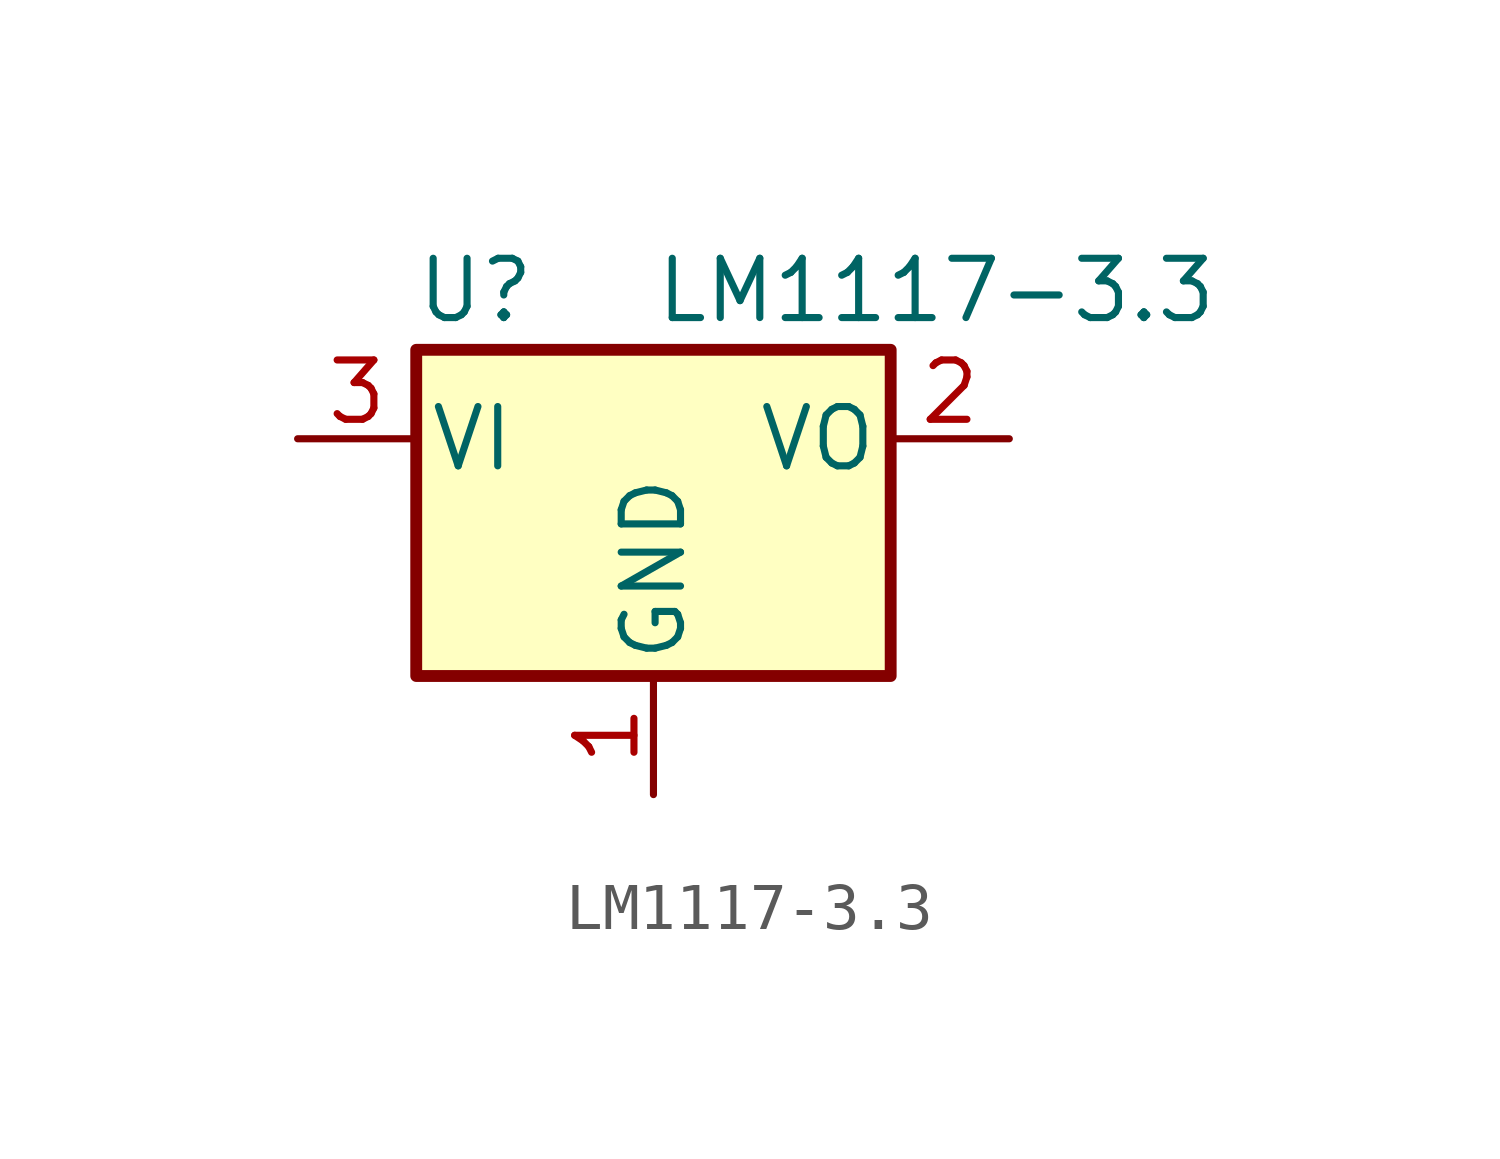
<source format=kicad_sym>
(kicad_symbol_lib
  (version 20211014)
  (generator kicad_symbol_editor)
  (symbol "LM1117-3.3"
    (pin_names
      (offset 0.254))
    (property "Reference" "U"
      (at -3.81 3.175 0)
      (effects (font (size 1.27 1.27))))
    (property "Value" "LM1117-3.3"
      (at 0 3.175 0)
      (effects (font (size 1.27 1.27)) (justify left)))
    (symbol "LM1117-3.3_0_1"
      (rectangle (start -5.08 -5.08) (end 5.08 1.905) (stroke (width 0.254) (type default) (color 0 0 0 0)) (fill (type background))))
    (symbol "LM1117-3.3_1_1"
      (pin power_in line (at 0 -7.62 90) (length 2.54) (name "GND" (effects (font (size 1.27 1.27)))) (number "1" (effects (font (size 1.27 1.27)))))
      (pin power_out line (at 7.62 0 180) (length 2.54) (name "VO" (effects (font (size 1.27 1.27)))) (number "2" (effects (font (size 1.27 1.27)))))
      (pin power_in line (at -7.62 0 0) (length 2.54) (name "VI" (effects (font (size 1.27 1.27)))) (number "3" (effects (font (size 1.27 1.27))))))))
</source>
